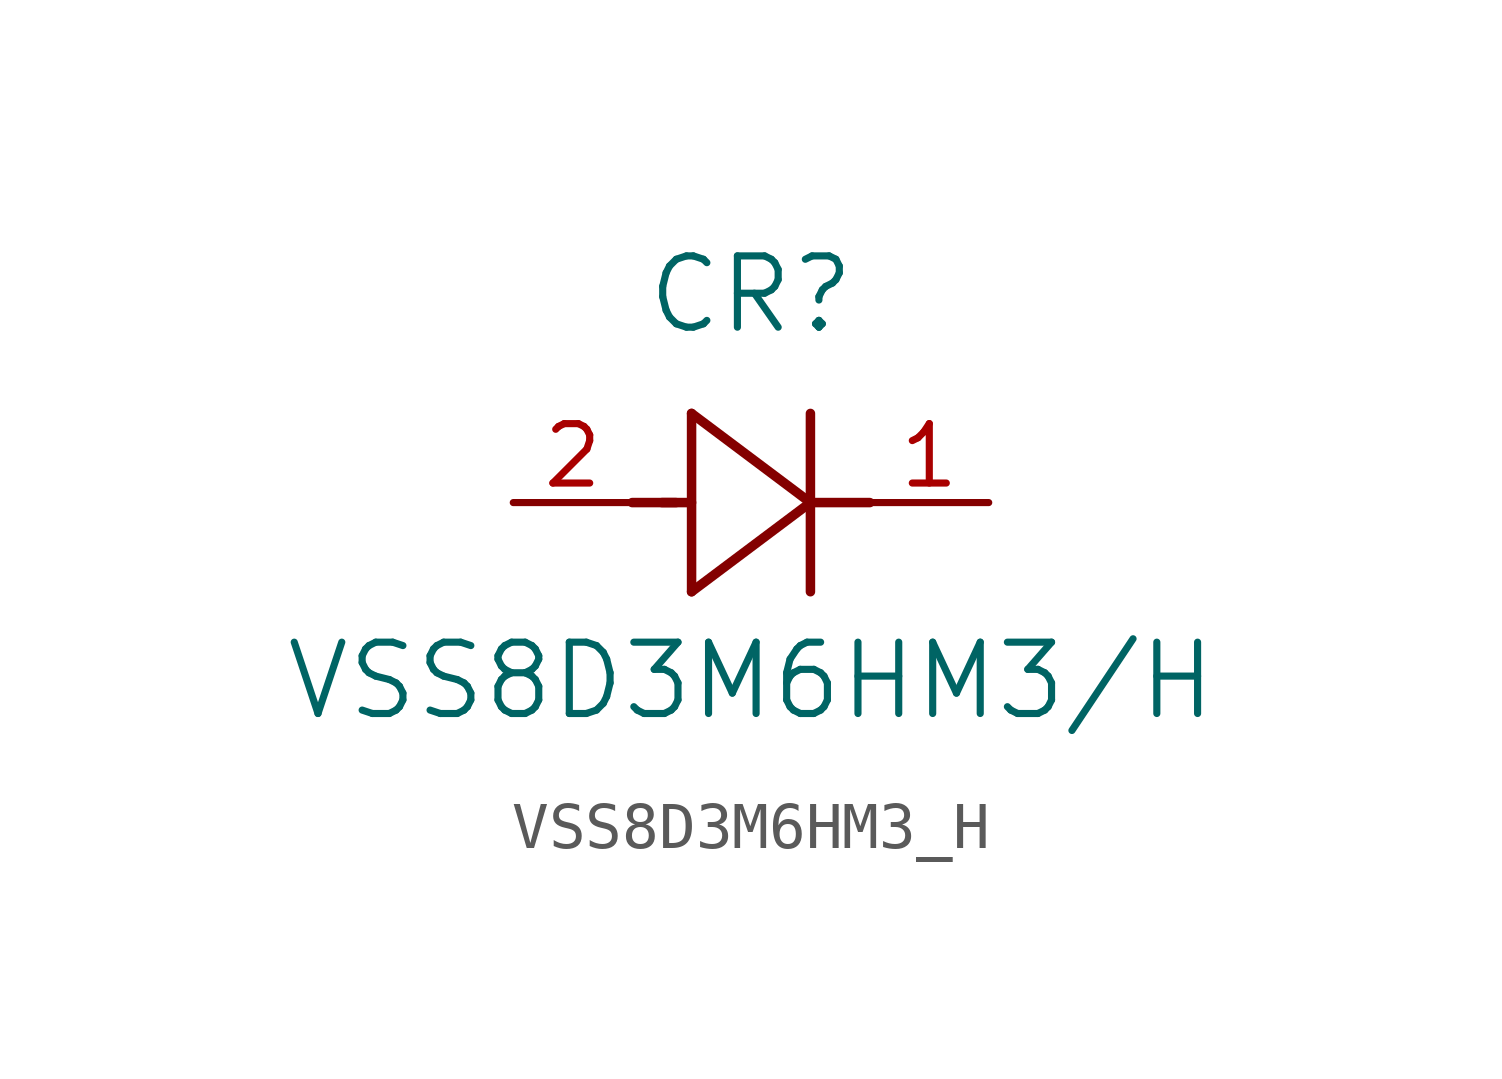
<source format=kicad_sym>
(kicad_symbol_lib
  (version 20211014)
  (generator kicad_symbol_editor)
  (symbol "VSS8D3M6HM3_H"
    (pin_names
      (offset 0.254))
    (property "Reference" "CR"
      (at 5.08 4.445 0)
      (effects (font (size 1.524 1.524))))
    (property "Value" "VSS8D3M6HM3/H"
      (at 5.08 -3.81 0)
      (effects (font (size 1.524 1.524))))
    (symbol "VSS8D3M6HM3_H_0_1"
      (polyline (pts (xy 2.54 0) (xy 3.48 0)) (stroke (width 0.203) (type default) (color 0 0 0 0)) (fill (type none)))
      (polyline (pts (xy 3.81 1.905) (xy 3.81 -1.905)) (stroke (width 0.203) (type default) (color 0 0 0 0)) (fill (type none)))
      (polyline (pts (xy 3.175 0) (xy 3.81 0)) (stroke (width 0.203) (type default) (color 0 0 0 0)) (fill (type none)))
      (polyline (pts (xy 6.35 -1.905) (xy 6.35 1.905)) (stroke (width 0.203) (type default) (color 0 0 0 0)) (fill (type none)))
      (polyline (pts (xy 6.35 0) (xy 7.62 0)) (stroke (width 0.203) (type default) (color 0 0 0 0)) (fill (type none)))
      (polyline (pts (xy 6.35 0) (xy 3.81 1.905)) (stroke (width 0.203) (type default) (color 0 0 0 0)) (fill (type none)))
      (polyline (pts (xy 3.81 -1.905) (xy 6.35 0)) (stroke (width 0.203) (type default) (color 0 0 0 0)) (fill (type none)))
      (pin unspecified line (at 0 0 0) (length 2.54) (name "" (effects (font (size 1.27 1.27)))) (number "2" (effects (font (size 1.27 1.27)))))
      (pin unspecified line (at 10.16 0 180) (length 2.54) (name "" (effects (font (size 1.27 1.27)))) (number "1" (effects (font (size 1.27 1.27))))))))
</source>
